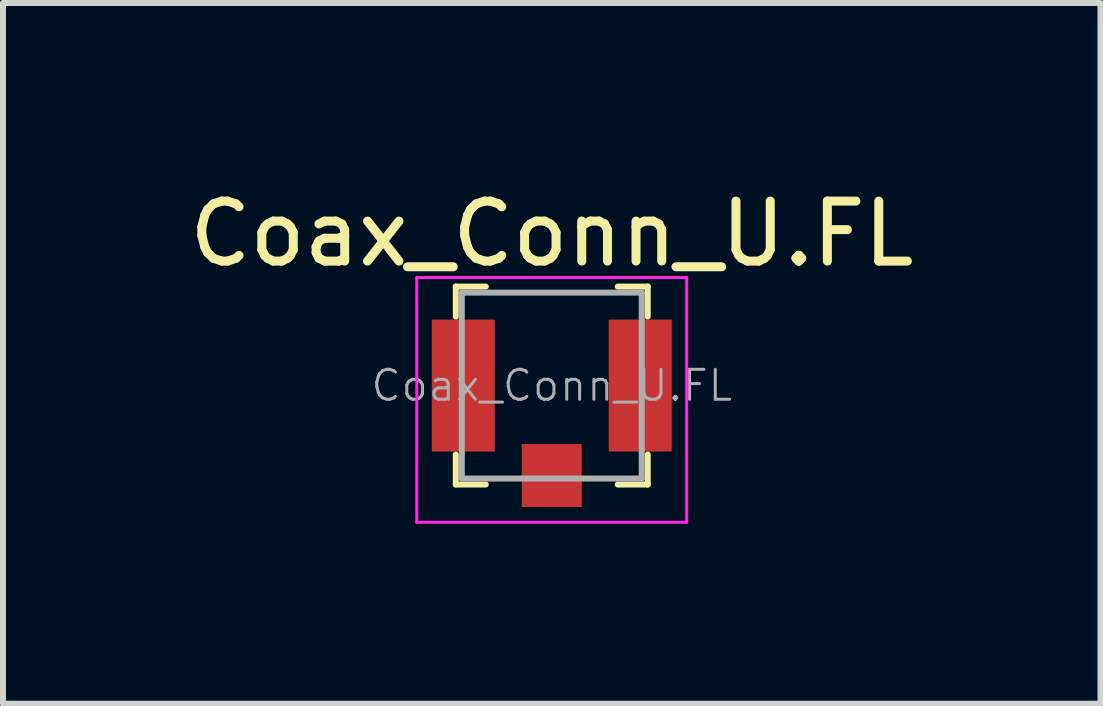
<source format=kicad_pcb>
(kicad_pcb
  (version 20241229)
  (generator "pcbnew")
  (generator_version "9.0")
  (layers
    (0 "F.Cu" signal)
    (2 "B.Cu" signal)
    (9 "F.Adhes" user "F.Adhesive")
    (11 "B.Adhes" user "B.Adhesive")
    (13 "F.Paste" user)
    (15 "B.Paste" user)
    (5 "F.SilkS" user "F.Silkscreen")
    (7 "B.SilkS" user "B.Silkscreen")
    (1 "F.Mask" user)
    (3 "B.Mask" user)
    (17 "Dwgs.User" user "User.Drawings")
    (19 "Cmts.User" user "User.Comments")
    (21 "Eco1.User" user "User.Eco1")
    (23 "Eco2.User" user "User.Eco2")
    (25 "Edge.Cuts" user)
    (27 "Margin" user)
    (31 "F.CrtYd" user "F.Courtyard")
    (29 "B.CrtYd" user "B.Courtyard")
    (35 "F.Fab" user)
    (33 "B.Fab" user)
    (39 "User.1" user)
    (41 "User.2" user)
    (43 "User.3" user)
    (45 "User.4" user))
  (footprint "Coax_Conn_U.FL"
    (layer "F.Cu")
    (at 6.149 3.378)
    (property "Reference" "Coax_Conn_U.FL" (at 0 -2.53 0) (layer "F.SilkS") (effects (font (size 1 1) (thickness 0.15))))
    (attr smd)
    (fp_line (start -1.6 -1.65) (end -1.6 -1.15) (stroke (width 0.1) (type solid)) (layer "F.SilkS"))
    (fp_line (start -1.6 -1.65) (end -1.1 -1.65) (stroke (width 0.1) (type solid)) (layer "F.SilkS"))
    (fp_line (start -1.6 1.65) (end -1.6 1.15) (stroke (width 0.1) (type solid)) (layer "F.SilkS"))
    (fp_line (start -1.6 1.65) (end -1.1 1.65) (stroke (width 0.1) (type solid)) (layer "F.SilkS"))
    (fp_line (start 1.6 -1.65) (end 1.1 -1.65) (stroke (width 0.1) (type solid)) (layer "F.SilkS"))
    (fp_line (start 1.6 -1.65) (end 1.6 -1.15) (stroke (width 0.1) (type solid)) (layer "F.SilkS"))
    (fp_line (start 1.6 1.65) (end 1.1 1.65) (stroke (width 0.1) (type solid)) (layer "F.SilkS"))
    (fp_line (start 1.6 1.65) (end 1.6 1.15) (stroke (width 0.1) (type solid)) (layer "F.SilkS"))
    (fp_line (start -2.25 -1.8) (end -2.25 2.28) (stroke (width 0.05) (type solid)) (layer "F.CrtYd"))
    (fp_line (start -2.25 -1.8) (end 2.25 -1.8) (stroke (width 0.05) (type solid)) (layer "F.CrtYd"))
    (fp_line (start -2.25 2.28) (end 2.25 2.28) (stroke (width 0.05) (type solid)) (layer "F.CrtYd"))
    (fp_line (start 2.25 -1.8) (end 2.25 2.28) (stroke (width 0.05) (type solid)) (layer "F.CrtYd"))
    (fp_line (start -1.5 -1.55) (end 1.5 -1.55) (stroke (width 0.1) (type solid)) (layer "F.Fab"))
    (fp_line (start -1.5 1.55) (end -1.5 -1.55) (stroke (width 0.1) (type solid)) (layer "F.Fab"))
    (fp_line (start -1.5 1.55) (end 1.5 1.55) (stroke (width 0.1) (type solid)) (layer "F.Fab"))
    (fp_line (start 1.5 1.55) (end 1.5 -1.55) (stroke (width 0.1) (type solid)) (layer "F.Fab"))
    (fp_text user "${REFERENCE}" (at 0 0 0) (layer "F.Fab") (effects (font (size 0.5 0.5) (thickness 0.05))))
    (pad "1" smd rect (at -1.475 0) (size 1.05 2.2) (layers "F.Cu" "F.Mask" "F.Paste"))
    (pad "1" smd rect (at 1.475 0) (size 1.05 2.2) (layers "F.Cu" "F.Mask" "F.Paste"))
    (pad "2" smd rect (at 0 1.5) (size 1 1.05) (layers "F.Cu" "F.Mask" "F.Paste")))
  (gr_rect
    (start -3 -3)
    (end 15.298 8.683)
    (stroke (width 0.1) (type default))
    (fill no)
    (layer "Edge.Cuts")))
</source>
